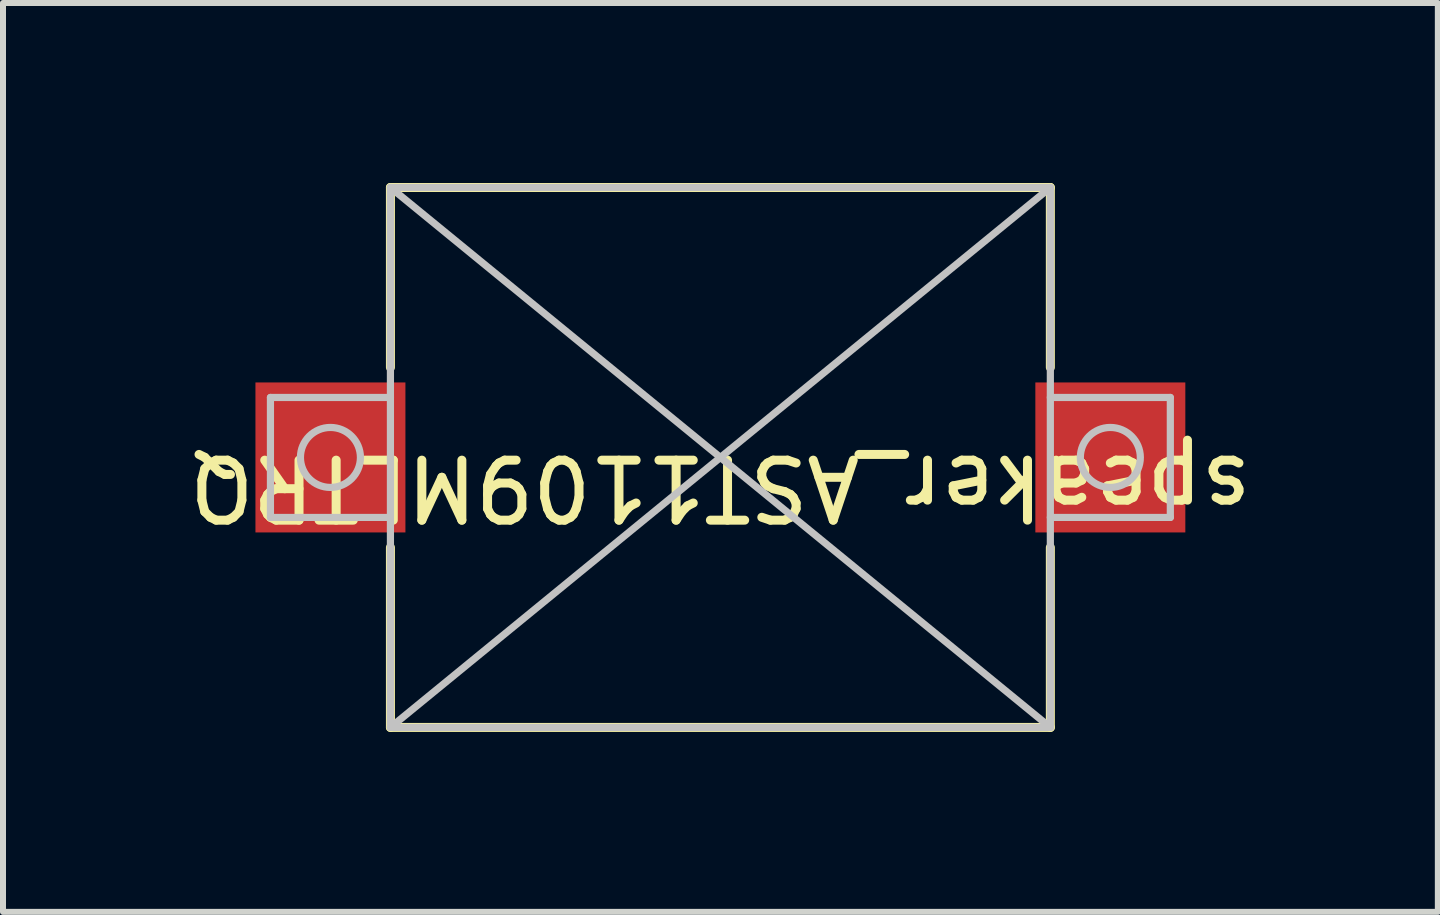
<source format=kicad_pcb>
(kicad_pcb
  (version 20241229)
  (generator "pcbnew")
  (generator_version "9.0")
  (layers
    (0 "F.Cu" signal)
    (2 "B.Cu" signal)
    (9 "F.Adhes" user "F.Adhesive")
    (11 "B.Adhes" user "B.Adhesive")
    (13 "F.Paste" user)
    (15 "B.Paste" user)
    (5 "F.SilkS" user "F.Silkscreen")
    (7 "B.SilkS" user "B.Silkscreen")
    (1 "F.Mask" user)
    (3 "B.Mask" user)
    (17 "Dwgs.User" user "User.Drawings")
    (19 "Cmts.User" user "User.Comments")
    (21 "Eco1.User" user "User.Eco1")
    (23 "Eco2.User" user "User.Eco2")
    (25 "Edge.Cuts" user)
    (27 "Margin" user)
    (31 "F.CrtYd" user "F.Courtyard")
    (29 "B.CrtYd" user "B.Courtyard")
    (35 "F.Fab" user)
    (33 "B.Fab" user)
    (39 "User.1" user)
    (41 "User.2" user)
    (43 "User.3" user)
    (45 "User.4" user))
  (footprint "speaker_AST1109MLTRQ"
    (layer "F.Cu")
    (at 8.958 4.575)
    (property "Reference" "speaker_AST1109MLTRQ" (at 0 0.5 180) (unlocked yes) (layer "F.SilkS") (effects (font (size 1 1) (thickness 0.15))))
    (attr through_hole)
    (fp_line (start -5.5 -4.5) (end 5.5 -4.5) (stroke (width 0.15) (type solid)) (layer "F.SilkS"))
    (fp_line (start -5.5 -1.5) (end -5.5 -4.5) (stroke (width 0.15) (type solid)) (layer "F.SilkS"))
    (fp_line (start -5.5 4.5) (end -5.5 1.5) (stroke (width 0.15) (type solid)) (layer "F.SilkS"))
    (fp_line (start 5.5 -4.5) (end 5.5 -1.5) (stroke (width 0.15) (type solid)) (layer "F.SilkS"))
    (fp_line (start 5.5 1.5) (end 5.5 4.5) (stroke (width 0.15) (type solid)) (layer "F.SilkS"))
    (fp_line (start 5.5 4.5) (end -5.5 4.5) (stroke (width 0.15) (type solid)) (layer "F.SilkS"))
    (fp_line (start -7.5 -1) (end -7.5 1) (stroke (width 0.12) (type solid)) (layer "Dwgs.User"))
    (fp_line (start -7.5 1) (end -5.5 1) (stroke (width 0.12) (type solid)) (layer "Dwgs.User"))
    (fp_line (start -5.5 -4.5) (end -5.5 4.5) (stroke (width 0.12) (type solid)) (layer "Dwgs.User"))
    (fp_line (start -5.5 -4.5) (end 5.5 4.5) (stroke (width 0.12) (type solid)) (layer "Dwgs.User"))
    (fp_line (start -5.5 -1) (end -7.5 -1) (stroke (width 0.12) (type solid)) (layer "Dwgs.User"))
    (fp_line (start -5.5 4.5) (end 5.5 4.5) (stroke (width 0.12) (type solid)) (layer "Dwgs.User"))
    (fp_line (start 5.5 -4.5) (end -5.5 -4.5) (stroke (width 0.12) (type solid)) (layer "Dwgs.User"))
    (fp_line (start 5.5 -4.5) (end -5.5 4.5) (stroke (width 0.12) (type solid)) (layer "Dwgs.User"))
    (fp_line (start 5.5 -1) (end 7.5 -1) (stroke (width 0.12) (type solid)) (layer "Dwgs.User"))
    (fp_line (start 5.5 4.5) (end 5.5 -4.5) (stroke (width 0.12) (type solid)) (layer "Dwgs.User"))
    (fp_line (start 7.5 -1) (end 7.5 1) (stroke (width 0.12) (type solid)) (layer "Dwgs.User"))
    (fp_line (start 7.5 1) (end 5.5 1) (stroke (width 0.12) (type solid)) (layer "Dwgs.User"))
    (fp_circle (center -6.5 0) (end -6.5 0.5) (stroke (width 0.12) (type solid)) (fill no) (layer "Dwgs.User"))
    (fp_circle (center 6.5 0) (end 6.5 0.5) (stroke (width 0.12) (type solid)) (fill no) (layer "Dwgs.User"))
    (pad "1" smd rect (at -6.5 0) (size 2.5 2.5) (layers "F.Cu" "F.Mask" "F.Paste"))
    (pad "2" smd rect (at 6.5 0) (size 2.5 2.5) (layers "F.Cu" "F.Mask" "F.Paste")))
  (gr_rect
    (start -3 -3)
    (end 20.917 12.15)
    (stroke (width 0.1) (type default))
    (fill no)
    (layer "Edge.Cuts")))
</source>
